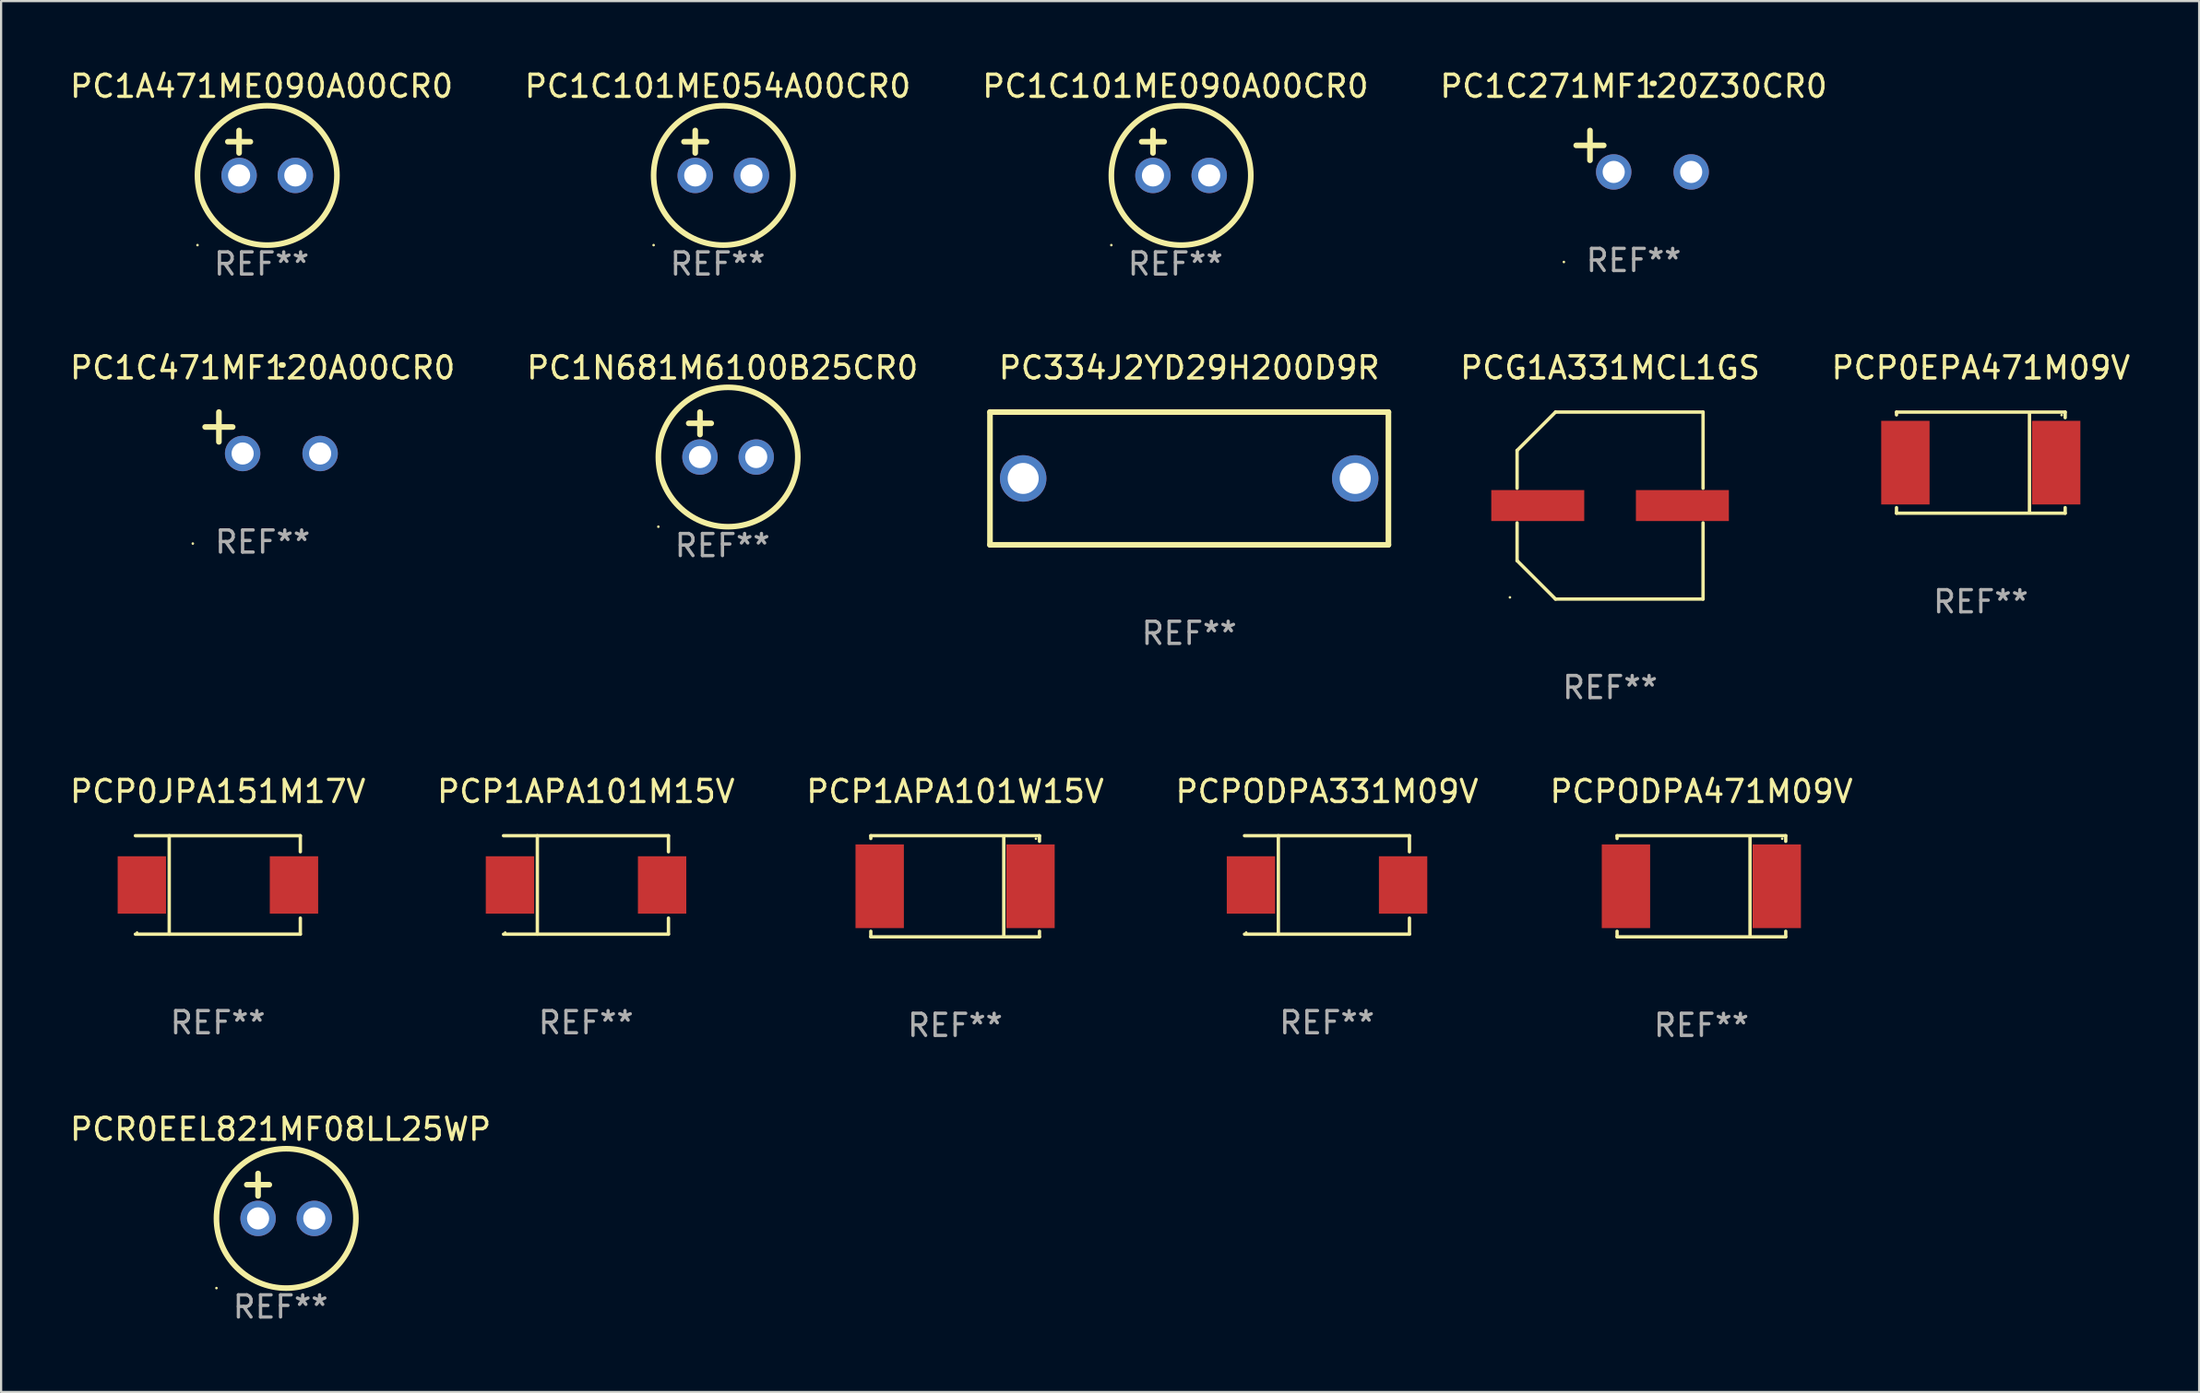
<source format=kicad_pcb>
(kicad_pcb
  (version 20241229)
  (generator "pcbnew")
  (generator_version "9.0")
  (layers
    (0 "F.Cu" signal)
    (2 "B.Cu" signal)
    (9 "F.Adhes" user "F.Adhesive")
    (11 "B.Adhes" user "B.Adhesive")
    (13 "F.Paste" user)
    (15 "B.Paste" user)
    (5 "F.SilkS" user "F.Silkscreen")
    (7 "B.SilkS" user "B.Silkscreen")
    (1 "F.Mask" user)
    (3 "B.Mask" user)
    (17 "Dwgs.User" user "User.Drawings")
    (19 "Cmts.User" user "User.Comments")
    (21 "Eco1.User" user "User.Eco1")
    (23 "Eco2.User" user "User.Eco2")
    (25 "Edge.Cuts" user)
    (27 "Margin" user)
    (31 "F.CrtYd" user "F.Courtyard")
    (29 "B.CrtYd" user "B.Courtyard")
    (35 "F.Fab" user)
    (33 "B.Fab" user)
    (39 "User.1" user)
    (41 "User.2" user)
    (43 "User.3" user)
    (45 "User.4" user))
  (footprint "PCPODPA471M09V"
    (layer "F.Cu")
    (at 73.815 37.012)
    (property "Reference" "PCPODPA471M09V" (at 0 -4.286 0) (layer "F.SilkS") (effects (font (size 1 1) (thickness 0.15))))
    (attr through_hole)
    (fp_line (start -3.81 -2.286) (end -3.81 -2.159) (stroke (width 0.15) (type solid)) (layer "F.SilkS"))
    (fp_line (start -3.81 2.032) (end -3.81 2.286) (stroke (width 0.15) (type solid)) (layer "F.SilkS"))
    (fp_line (start -3.81 2.286) (end 3.81 2.286) (stroke (width 0.15) (type solid)) (layer "F.SilkS"))
    (fp_line (start 2.197 -2.226) (end 2.197 2.226) (stroke (width 0.152) (type solid)) (layer "F.SilkS"))
    (fp_line (start 3.81 -2.286) (end -3.81 -2.286) (stroke (width 0.15) (type solid)) (layer "F.SilkS"))
    (fp_line (start 3.81 -2.032) (end 3.81 -2.286) (stroke (width 0.15) (type solid)) (layer "F.SilkS"))
    (fp_line (start 3.81 2.286) (end 3.81 2.032) (stroke (width 0.15) (type solid)) (layer "F.SilkS"))
    (fp_circle (center 3.65 -2.15) (end 3.68 -2.15) (stroke (width 0.06) (type solid)) (fill no) (layer "F.SilkS"))
    (fp_text user "REF**" (at 0 6.286 0) (layer "F.Fab") (effects (font (size 1 1) (thickness 0.15))))
    (pad "1" smd rect (at 3.404 0 180) (size 2.185 3.78) (layers "F.Cu" "F.Mask" "F.Paste"))
    (pad "2" smd rect (at -3.409 0 180) (size 2.185 3.78) (layers "F.Cu" "F.Mask" "F.Paste")))
  (footprint "PCP0JPA151M17V"
    (layer "F.Cu")
    (at 6.792 36.952)
    (property "Reference" "PCP0JPA151M17V" (at 0 -4.226 0) (layer "F.SilkS") (effects (font (size 1 1) (thickness 0.15))))
    (attr through_hole)
    (fp_line (start -3.726 -2.226) (end 3.726 -2.226) (stroke (width 0.152) (type solid)) (layer "F.SilkS"))
    (fp_line (start -3.726 2.226) (end 3.726 2.226) (stroke (width 0.152) (type solid)) (layer "F.SilkS"))
    (fp_line (start -2.197 -2.226) (end -2.197 2.226) (stroke (width 0.152) (type solid)) (layer "F.SilkS"))
    (fp_line (start 3.726 -2.226) (end 3.726 -1.499) (stroke (width 0.152) (type solid)) (layer "F.SilkS"))
    (fp_line (start 3.726 2.226) (end 3.726 1.499) (stroke (width 0.152) (type solid)) (layer "F.SilkS"))
    (fp_circle (center -3.65 2.15) (end -3.62 2.15) (stroke (width 0.06) (type solid)) (fill no) (layer "F.SilkS"))
    (fp_text user "REF**" (at 0 6.226 0) (layer "F.Fab") (effects (font (size 1 1) (thickness 0.15))))
    (pad "1" smd rect (at -3.434 0 180) (size 2.185 2.592) (layers "F.Cu" "F.Mask" "F.Paste"))
    (pad "2" smd rect (at 3.439 0 180) (size 2.185 2.592) (layers "F.Cu" "F.Mask" "F.Paste")))
  (footprint "PCPODPA331M09V"
    (layer "F.Cu")
    (at 56.899 36.952)
    (property "Reference" "PCPODPA331M09V" (at 0 -4.226 0) (layer "F.SilkS") (effects (font (size 1 1) (thickness 0.15))))
    (attr through_hole)
    (fp_line (start -3.726 -2.226) (end 3.726 -2.226) (stroke (width 0.152) (type solid)) (layer "F.SilkS"))
    (fp_line (start -3.726 2.226) (end 3.726 2.226) (stroke (width 0.152) (type solid)) (layer "F.SilkS"))
    (fp_line (start -2.197 -2.226) (end -2.197 2.226) (stroke (width 0.152) (type solid)) (layer "F.SilkS"))
    (fp_line (start 3.726 -2.226) (end 3.726 -1.499) (stroke (width 0.152) (type solid)) (layer "F.SilkS"))
    (fp_line (start 3.726 2.226) (end 3.726 1.499) (stroke (width 0.152) (type solid)) (layer "F.SilkS"))
    (fp_circle (center -3.65 2.15) (end -3.62 2.15) (stroke (width 0.06) (type solid)) (fill no) (layer "F.SilkS"))
    (fp_text user "REF**" (at 0 6.226 0) (layer "F.Fab") (effects (font (size 1 1) (thickness 0.15))))
    (pad "1" smd rect (at -3.434 0 180) (size 2.185 2.592) (layers "F.Cu" "F.Mask" "F.Paste"))
    (pad "2" smd rect (at 3.439 0 180) (size 2.185 2.592) (layers "F.Cu" "F.Mask" "F.Paste")))
  (footprint "PC1C271MF120Z30CR0"
    (layer "F.Cu")
    (at 70.756 3.785)
    (property "Reference" "PC1C271MF120Z30CR0" (at 0 -2.937 0) (layer "F.SilkS") (effects (font (size 1 1) (thickness 0.15))))
    (attr through_hole)
    (fp_line (start -1.975 0.41) (end -1.975 -0.937) (stroke (width 0.254) (type solid)) (layer "F.SilkS"))
    (fp_line (start -1.353 -0.263) (end -2.597 -0.263) (stroke (width 0.254) (type solid)) (layer "F.SilkS"))
    (fp_arc (start 0.849809 -3.063957) (mid 0.885369 -3.064114) (end 0.920929 -3.063957) (stroke (width 0.254001) (type solid)) (layer "F.SilkS"))
    (fp_circle (center -3.154 5.008) (end -3.124 5.008) (stroke (width 0.06) (type solid)) (fill no) (layer "F.SilkS"))
    (fp_text user "REF**" (at 0 4.937 0) (layer "F.Fab") (effects (font (size 1 1) (thickness 0.15))))
    (pad "1" thru_hole circle (at -0.903 0.937) (size 1.6 1.6) (drill 1) (layers "*.Cu" "*.Mask"))
    (pad "2" thru_hole circle (at 2.597 0.937) (size 1.6 1.6) (drill 1) (layers "*.Cu" "*.Mask")))
  (footprint "PCG1A331MCL1GS"
    (layer "F.Cu")
    (at 69.689 19.803)
    (property "Reference" "PCG1A331MCL1GS" (at 0 -6.226 0) (layer "F.SilkS") (effects (font (size 1 1) (thickness 0.15))))
    (attr through_hole)
    (fp_line (start -4.201 -2.49) (end -4.201 -0.782) (stroke (width 0.152) (type solid)) (layer "F.SilkS"))
    (fp_line (start -4.201 2.49) (end -4.201 0.782) (stroke (width 0.152) (type solid)) (layer "F.SilkS"))
    (fp_line (start -2.465 -4.226) (end -4.201 -2.49) (stroke (width 0.152) (type solid)) (layer "F.SilkS"))
    (fp_line (start -2.465 4.226) (end -4.201 2.49) (stroke (width 0.152) (type solid)) (layer "F.SilkS"))
    (fp_line (start 4.201 -4.226) (end -2.465 -4.226) (stroke (width 0.152) (type solid)) (layer "F.SilkS"))
    (fp_line (start 4.201 -0.782) (end 4.201 -4.226) (stroke (width 0.152) (type solid)) (layer "F.SilkS"))
    (fp_line (start 4.201 0.782) (end 4.201 4.226) (stroke (width 0.152) (type solid)) (layer "F.SilkS"))
    (fp_line (start 4.201 4.226) (end -2.465 4.226) (stroke (width 0.152) (type solid)) (layer "F.SilkS"))
    (fp_circle (center -4.524 4.15) (end -4.494 4.15) (stroke (width 0.06) (type solid)) (fill no) (layer "F.SilkS"))
    (fp_text user "REF**" (at 0 8.226 0) (layer "F.Fab") (effects (font (size 1 1) (thickness 0.15))))
    (pad "1" smd rect (at -3.267 0) (size 4.2 1.4) (layers "F.Cu" "F.Mask" "F.Paste"))
    (pad "2" smd rect (at 3.267 0) (size 4.2 1.4) (layers "F.Cu" "F.Mask" "F.Paste")))
  (footprint "PC1N681M6100B25CR0"
    (layer "F.Cu")
    (at 29.589 16.593)
    (property "Reference" "PC1N681M6100B25CR0" (at 0 -3.016 0) (layer "F.SilkS") (effects (font (size 1 1) (thickness 0.15))))
    (attr through_hole)
    (fp_line (start -1.524 -0.508) (end -0.508 -0.508) (stroke (width 0.254) (type solid)) (layer "F.SilkS"))
    (fp_line (start -1.016 -1.016) (end -1.016 0) (stroke (width 0.254) (type solid)) (layer "F.SilkS"))
    (fp_circle (center -2.896 4.166) (end -2.866 4.166) (stroke (width 0.06) (type solid)) (fill no) (layer "F.SilkS"))
    (fp_circle (center 0.254 1.016) (end 3.404 1.016) (stroke (width 0.254) (type solid)) (fill no) (layer "F.SilkS"))
    (fp_text user "REF**" (at 0 5.016 0) (layer "F.Fab") (effects (font (size 1 1) (thickness 0.15))))
    (pad "1" thru_hole circle (at -1.016 1.016) (size 1.6 1.6) (drill 1) (layers "*.Cu" "*.Mask"))
    (pad "2" thru_hole circle (at 1.524 1.016) (size 1.6 1.6) (drill 1) (layers "*.Cu" "*.Mask")))
  (footprint "PC334J2YD29H200D9R"
    (layer "F.Cu")
    (at 50.675 18.577)
    (property "Reference" "PC334J2YD29H200D9R" (at 0 -5 0) (layer "F.SilkS") (effects (font (size 1 1) (thickness 0.15))))
    (attr through_hole)
    (fp_line (start -9 -3) (end 9 -3) (stroke (width 0.254) (type solid)) (layer "F.SilkS"))
    (fp_line (start -9 3) (end -9 -3) (stroke (width 0.254) (type solid)) (layer "F.SilkS"))
    (fp_line (start 9 -3) (end 9 3) (stroke (width 0.254) (type solid)) (layer "F.SilkS"))
    (fp_line (start 9 3) (end -9 3) (stroke (width 0.254) (type solid)) (layer "F.SilkS"))
    (fp_circle (center -9 3) (end -8.97 3) (stroke (width 0.06) (type solid)) (fill no) (layer "F.SilkS"))
    (fp_text user "REF**" (at 0 7 0) (layer "F.Fab") (effects (font (size 1 1) (thickness 0.15))))
    (pad "1" thru_hole circle (at -7.5 0) (size 2.1 2.1) (drill 1.4) (layers "*.Cu" "*.Mask"))
    (pad "2" thru_hole circle (at 7.5 0) (size 2.1 2.1) (drill 1.4) (layers "*.Cu" "*.Mask")))
  (footprint "PC1C101ME090A00CR0"
    (layer "F.Cu")
    (at 50.054 3.864)
    (property "Reference" "PC1C101ME090A00CR0" (at 0 -3.016 0) (layer "F.SilkS") (effects (font (size 1 1) (thickness 0.15))))
    (attr through_hole)
    (fp_line (start -1.524 -0.508) (end -0.508 -0.508) (stroke (width 0.254) (type solid)) (layer "F.SilkS"))
    (fp_line (start -1.016 -1.016) (end -1.016 0) (stroke (width 0.254) (type solid)) (layer "F.SilkS"))
    (fp_circle (center -2.896 4.166) (end -2.866 4.166) (stroke (width 0.06) (type solid)) (fill no) (layer "F.SilkS"))
    (fp_circle (center 0.254 1.016) (end 3.404 1.016) (stroke (width 0.254) (type solid)) (fill no) (layer "F.SilkS"))
    (fp_text user "REF**" (at 0 5.016 0) (layer "F.Fab") (effects (font (size 1 1) (thickness 0.15))))
    (pad "1" thru_hole circle (at -1.016 1.016) (size 1.6 1.6) (drill 1) (layers "*.Cu" "*.Mask"))
    (pad "2" thru_hole circle (at 1.524 1.016) (size 1.6 1.6) (drill 1) (layers "*.Cu" "*.Mask")))
  (footprint "PC1C471MF120A00CR0"
    (layer "F.Cu")
    (at 8.815 16.513)
    (property "Reference" "PC1C471MF120A00CR0" (at 0 -2.937 0) (layer "F.SilkS") (effects (font (size 1 1) (thickness 0.15))))
    (attr through_hole)
    (fp_line (start -1.975 0.41) (end -1.975 -0.937) (stroke (width 0.254) (type solid)) (layer "F.SilkS"))
    (fp_line (start -1.353 -0.263) (end -2.597 -0.263) (stroke (width 0.254) (type solid)) (layer "F.SilkS"))
    (fp_arc (start 0.849809 -3.063957) (mid 0.885369 -3.064114) (end 0.920929 -3.063957) (stroke (width 0.254001) (type solid)) (layer "F.SilkS"))
    (fp_circle (center -3.154 5.008) (end -3.124 5.008) (stroke (width 0.06) (type solid)) (fill no) (layer "F.SilkS"))
    (fp_text user "REF**" (at 0 4.937 0) (layer "F.Fab") (effects (font (size 1 1) (thickness 0.15))))
    (pad "1" thru_hole circle (at -0.903 0.937) (size 1.6 1.6) (drill 1) (layers "*.Cu" "*.Mask"))
    (pad "2" thru_hole circle (at 2.597 0.937) (size 1.6 1.6) (drill 1) (layers "*.Cu" "*.Mask")))
  (footprint "PCP1APA101M15V"
    (layer "F.Cu")
    (at 23.423 36.952)
    (property "Reference" "PCP1APA101M15V" (at 0 -4.226 0) (layer "F.SilkS") (effects (font (size 1 1) (thickness 0.15))))
    (attr through_hole)
    (fp_line (start -3.726 -2.226) (end 3.726 -2.226) (stroke (width 0.152) (type solid)) (layer "F.SilkS"))
    (fp_line (start -3.726 2.226) (end 3.726 2.226) (stroke (width 0.152) (type solid)) (layer "F.SilkS"))
    (fp_line (start -2.197 -2.226) (end -2.197 2.226) (stroke (width 0.152) (type solid)) (layer "F.SilkS"))
    (fp_line (start 3.726 -2.226) (end 3.726 -1.499) (stroke (width 0.152) (type solid)) (layer "F.SilkS"))
    (fp_line (start 3.726 2.226) (end 3.726 1.499) (stroke (width 0.152) (type solid)) (layer "F.SilkS"))
    (fp_circle (center -3.65 2.15) (end -3.62 2.15) (stroke (width 0.06) (type solid)) (fill no) (layer "F.SilkS"))
    (fp_text user "REF**" (at 0 6.226 0) (layer "F.Fab") (effects (font (size 1 1) (thickness 0.15))))
    (pad "1" smd rect (at -3.434 0 180) (size 2.185 2.592) (layers "F.Cu" "F.Mask" "F.Paste"))
    (pad "2" smd rect (at 3.439 0 180) (size 2.185 2.592) (layers "F.Cu" "F.Mask" "F.Paste")))
  (footprint "PCP0EPA471M09V"
    (layer "F.Cu")
    (at 86.439 17.863)
    (property "Reference" "PCP0EPA471M09V" (at 0 -4.286 0) (layer "F.SilkS") (effects (font (size 1 1) (thickness 0.15))))
    (attr through_hole)
    (fp_line (start -3.81 -2.286) (end -3.81 -2.159) (stroke (width 0.15) (type solid)) (layer "F.SilkS"))
    (fp_line (start -3.81 2.032) (end -3.81 2.286) (stroke (width 0.15) (type solid)) (layer "F.SilkS"))
    (fp_line (start -3.81 2.286) (end 3.81 2.286) (stroke (width 0.15) (type solid)) (layer "F.SilkS"))
    (fp_line (start 2.197 -2.226) (end 2.197 2.226) (stroke (width 0.152) (type solid)) (layer "F.SilkS"))
    (fp_line (start 3.81 -2.286) (end -3.81 -2.286) (stroke (width 0.15) (type solid)) (layer "F.SilkS"))
    (fp_line (start 3.81 -2.032) (end 3.81 -2.286) (stroke (width 0.15) (type solid)) (layer "F.SilkS"))
    (fp_line (start 3.81 2.286) (end 3.81 2.032) (stroke (width 0.15) (type solid)) (layer "F.SilkS"))
    (fp_circle (center 3.65 -2.15) (end 3.68 -2.15) (stroke (width 0.06) (type solid)) (fill no) (layer "F.SilkS"))
    (fp_text user "REF**" (at 0 6.286 0) (layer "F.Fab") (effects (font (size 1 1) (thickness 0.15))))
    (pad "1" smd rect (at 3.404 0 180) (size 2.185 3.78) (layers "F.Cu" "F.Mask" "F.Paste"))
    (pad "2" smd rect (at -3.409 0 180) (size 2.185 3.78) (layers "F.Cu" "F.Mask" "F.Paste")))
  (footprint "PCP1APA101W15V"
    (layer "F.Cu")
    (at 40.101 37.012)
    (property "Reference" "PCP1APA101W15V" (at 0 -4.286 0) (layer "F.SilkS") (effects (font (size 1 1) (thickness 0.15))))
    (attr through_hole)
    (fp_line (start -3.81 -2.286) (end -3.81 -2.159) (stroke (width 0.15) (type solid)) (layer "F.SilkS"))
    (fp_line (start -3.81 2.032) (end -3.81 2.286) (stroke (width 0.15) (type solid)) (layer "F.SilkS"))
    (fp_line (start -3.81 2.286) (end 3.81 2.286) (stroke (width 0.15) (type solid)) (layer "F.SilkS"))
    (fp_line (start 2.197 -2.226) (end 2.197 2.226) (stroke (width 0.152) (type solid)) (layer "F.SilkS"))
    (fp_line (start 3.81 -2.286) (end -3.81 -2.286) (stroke (width 0.15) (type solid)) (layer "F.SilkS"))
    (fp_line (start 3.81 -2.032) (end 3.81 -2.286) (stroke (width 0.15) (type solid)) (layer "F.SilkS"))
    (fp_line (start 3.81 2.286) (end 3.81 2.032) (stroke (width 0.15) (type solid)) (layer "F.SilkS"))
    (fp_circle (center 3.65 -2.15) (end 3.68 -2.15) (stroke (width 0.06) (type solid)) (fill no) (layer "F.SilkS"))
    (fp_text user "REF**" (at 0 6.286 0) (layer "F.Fab") (effects (font (size 1 1) (thickness 0.15))))
    (pad "1" smd rect (at 3.404 0 180) (size 2.185 3.78) (layers "F.Cu" "F.Mask" "F.Paste"))
    (pad "2" smd rect (at -3.409 0 180) (size 2.185 3.78) (layers "F.Cu" "F.Mask" "F.Paste")))
  (footprint "PC1A471ME090A00CR0"
    (layer "F.Cu")
    (at 8.768 3.864)
    (property "Reference" "PC1A471ME090A00CR0" (at 0 -3.016 0) (layer "F.SilkS") (effects (font (size 1 1) (thickness 0.15))))
    (attr through_hole)
    (fp_line (start -1.524 -0.508) (end -0.508 -0.508) (stroke (width 0.254) (type solid)) (layer "F.SilkS"))
    (fp_line (start -1.016 -1.016) (end -1.016 0) (stroke (width 0.254) (type solid)) (layer "F.SilkS"))
    (fp_circle (center -2.896 4.166) (end -2.866 4.166) (stroke (width 0.06) (type solid)) (fill no) (layer "F.SilkS"))
    (fp_circle (center 0.254 1.016) (end 3.404 1.016) (stroke (width 0.254) (type solid)) (fill no) (layer "F.SilkS"))
    (fp_text user "REF**" (at 0 5.016 0) (layer "F.Fab") (effects (font (size 1 1) (thickness 0.15))))
    (pad "1" thru_hole circle (at -1.016 1.016) (size 1.6 1.6) (drill 1) (layers "*.Cu" "*.Mask"))
    (pad "2" thru_hole circle (at 1.524 1.016) (size 1.6 1.6) (drill 1) (layers "*.Cu" "*.Mask")))
  (footprint "PCR0EEL821MF08LL25WP"
    (layer "F.Cu")
    (at 9.625 51.01)
    (property "Reference" "PCR0EEL821MF08LL25WP" (at 0 -3.016 0) (layer "F.SilkS") (effects (font (size 1 1) (thickness 0.15))))
    (attr through_hole)
    (fp_line (start -1.524 -0.508) (end -0.508 -0.508) (stroke (width 0.254) (type solid)) (layer "F.SilkS"))
    (fp_line (start -1.016 -1.016) (end -1.016 0) (stroke (width 0.254) (type solid)) (layer "F.SilkS"))
    (fp_circle (center -2.896 4.166) (end -2.866 4.166) (stroke (width 0.06) (type solid)) (fill no) (layer "F.SilkS"))
    (fp_circle (center 0.254 1.016) (end 3.404 1.016) (stroke (width 0.254) (type solid)) (fill no) (layer "F.SilkS"))
    (fp_text user "REF**" (at 0 5.016 0) (layer "F.Fab") (effects (font (size 1 1) (thickness 0.15))))
    (pad "1" thru_hole circle (at -1.016 1.016) (size 1.6 1.6) (drill 1) (layers "*.Cu" "*.Mask"))
    (pad "2" thru_hole circle (at 1.524 1.016) (size 1.6 1.6) (drill 1) (layers "*.Cu" "*.Mask")))
  (footprint "PC1C101ME054A00CR0"
    (layer "F.Cu")
    (at 29.375 3.864)
    (property "Reference" "PC1C101ME054A00CR0" (at 0 -3.016 0) (layer "F.SilkS") (effects (font (size 1 1) (thickness 0.15))))
    (attr through_hole)
    (fp_line (start -1.524 -0.508) (end -0.508 -0.508) (stroke (width 0.254) (type solid)) (layer "F.SilkS"))
    (fp_line (start -1.016 -1.016) (end -1.016 0) (stroke (width 0.254) (type solid)) (layer "F.SilkS"))
    (fp_circle (center -2.896 4.166) (end -2.866 4.166) (stroke (width 0.06) (type solid)) (fill no) (layer "F.SilkS"))
    (fp_circle (center 0.254 1.016) (end 3.404 1.016) (stroke (width 0.254) (type solid)) (fill no) (layer "F.SilkS"))
    (fp_text user "REF**" (at 0 5.016 0) (layer "F.Fab") (effects (font (size 1 1) (thickness 0.15))))
    (pad "1" thru_hole circle (at -1.016 1.016) (size 1.6 1.6) (drill 1) (layers "*.Cu" "*.Mask"))
    (pad "2" thru_hole circle (at 1.524 1.016) (size 1.6 1.6) (drill 1) (layers "*.Cu" "*.Mask")))
  (gr_rect
    (start -3 -3)
    (end 96.302 59.874)
    (stroke (width 0.1) (type default))
    (fill no)
    (layer "Edge.Cuts")))
</source>
